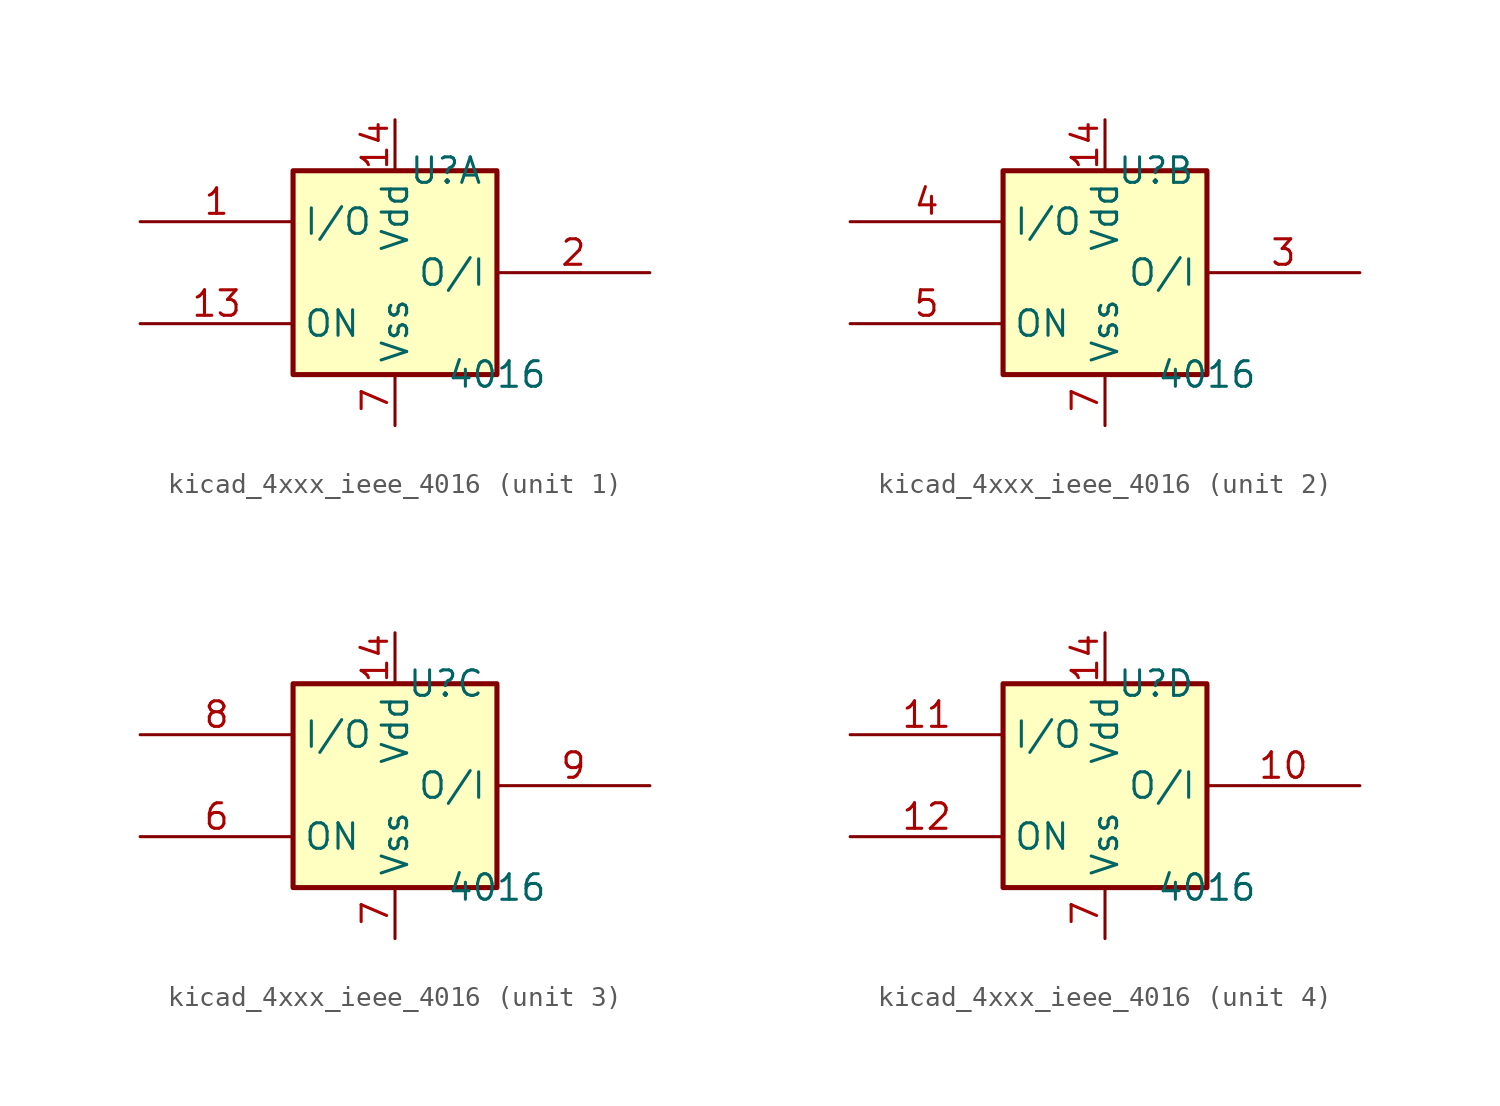
<source format=kicad_sym>
(kicad_symbol_lib
  (version 20220914)
  (generator kicad_symbol_editor)
  (symbol "kicad_4xxx_ieee_4016"
    (property "Reference" "U"
      (at 2.54 5.08 0)
      (effects (font (size 1.27 1.27))))
    (property "Value" "4016"
      (at 5.08 -5.08 0)
      (effects (font (size 1.27 1.27))))
    (symbol "kicad_4xxx_ieee_4016_0_1"
      (rectangle (start -5.08 5.08) (end 5.08 -5.08) (stroke (width 0.254) (type default)) (fill (type background)))
      (pin power_in line (at 0 7.62 270) (length 2.54) (name "Vdd" (effects (font (size 1.27 1.27)))) (number "14" (effects (font (size 1.27 1.27)))))
      (pin power_in line (at 0 -7.62 90) (length 2.54) (name "Vss" (effects (font (size 1.27 1.27)))) (number "7" (effects (font (size 1.27 1.27))))))
    (symbol "kicad_4xxx_ieee_4016_1_1"
      (pin passive line (at -12.7 2.54 0) (length 7.62) (name "I/O" (effects (font (size 1.27 1.27)))) (number "1" (effects (font (size 1.27 1.27)))))
      (pin input line (at -12.7 -2.54 0) (length 7.62) (name "ON" (effects (font (size 1.27 1.27)))) (number "13" (effects (font (size 1.27 1.27)))))
      (pin passive line (at 12.7 0 180) (length 7.62) (name "O/I" (effects (font (size 1.27 1.27)))) (number "2" (effects (font (size 1.27 1.27))))))
    (symbol "kicad_4xxx_ieee_4016_2_1"
      (pin passive line (at 12.7 0 180) (length 7.62) (name "O/I" (effects (font (size 1.27 1.27)))) (number "3" (effects (font (size 1.27 1.27)))))
      (pin passive line (at -12.7 2.54 0) (length 7.62) (name "I/O" (effects (font (size 1.27 1.27)))) (number "4" (effects (font (size 1.27 1.27)))))
      (pin input line (at -12.7 -2.54 0) (length 7.62) (name "ON" (effects (font (size 1.27 1.27)))) (number "5" (effects (font (size 1.27 1.27))))))
    (symbol "kicad_4xxx_ieee_4016_3_1"
      (pin input line (at -12.7 -2.54 0) (length 7.62) (name "ON" (effects (font (size 1.27 1.27)))) (number "6" (effects (font (size 1.27 1.27)))))
      (pin passive line (at -12.7 2.54 0) (length 7.62) (name "I/O" (effects (font (size 1.27 1.27)))) (number "8" (effects (font (size 1.27 1.27)))))
      (pin passive line (at 12.7 0 180) (length 7.62) (name "O/I" (effects (font (size 1.27 1.27)))) (number "9" (effects (font (size 1.27 1.27))))))
    (symbol "kicad_4xxx_ieee_4016_4_1"
      (pin passive line (at 12.7 0 180) (length 7.62) (name "O/I" (effects (font (size 1.27 1.27)))) (number "10" (effects (font (size 1.27 1.27)))))
      (pin passive line (at -12.7 2.54 0) (length 7.62) (name "I/O" (effects (font (size 1.27 1.27)))) (number "11" (effects (font (size 1.27 1.27)))))
      (pin input line (at -12.7 -2.54 0) (length 7.62) (name "ON" (effects (font (size 1.27 1.27)))) (number "12" (effects (font (size 1.27 1.27))))))))
</source>
